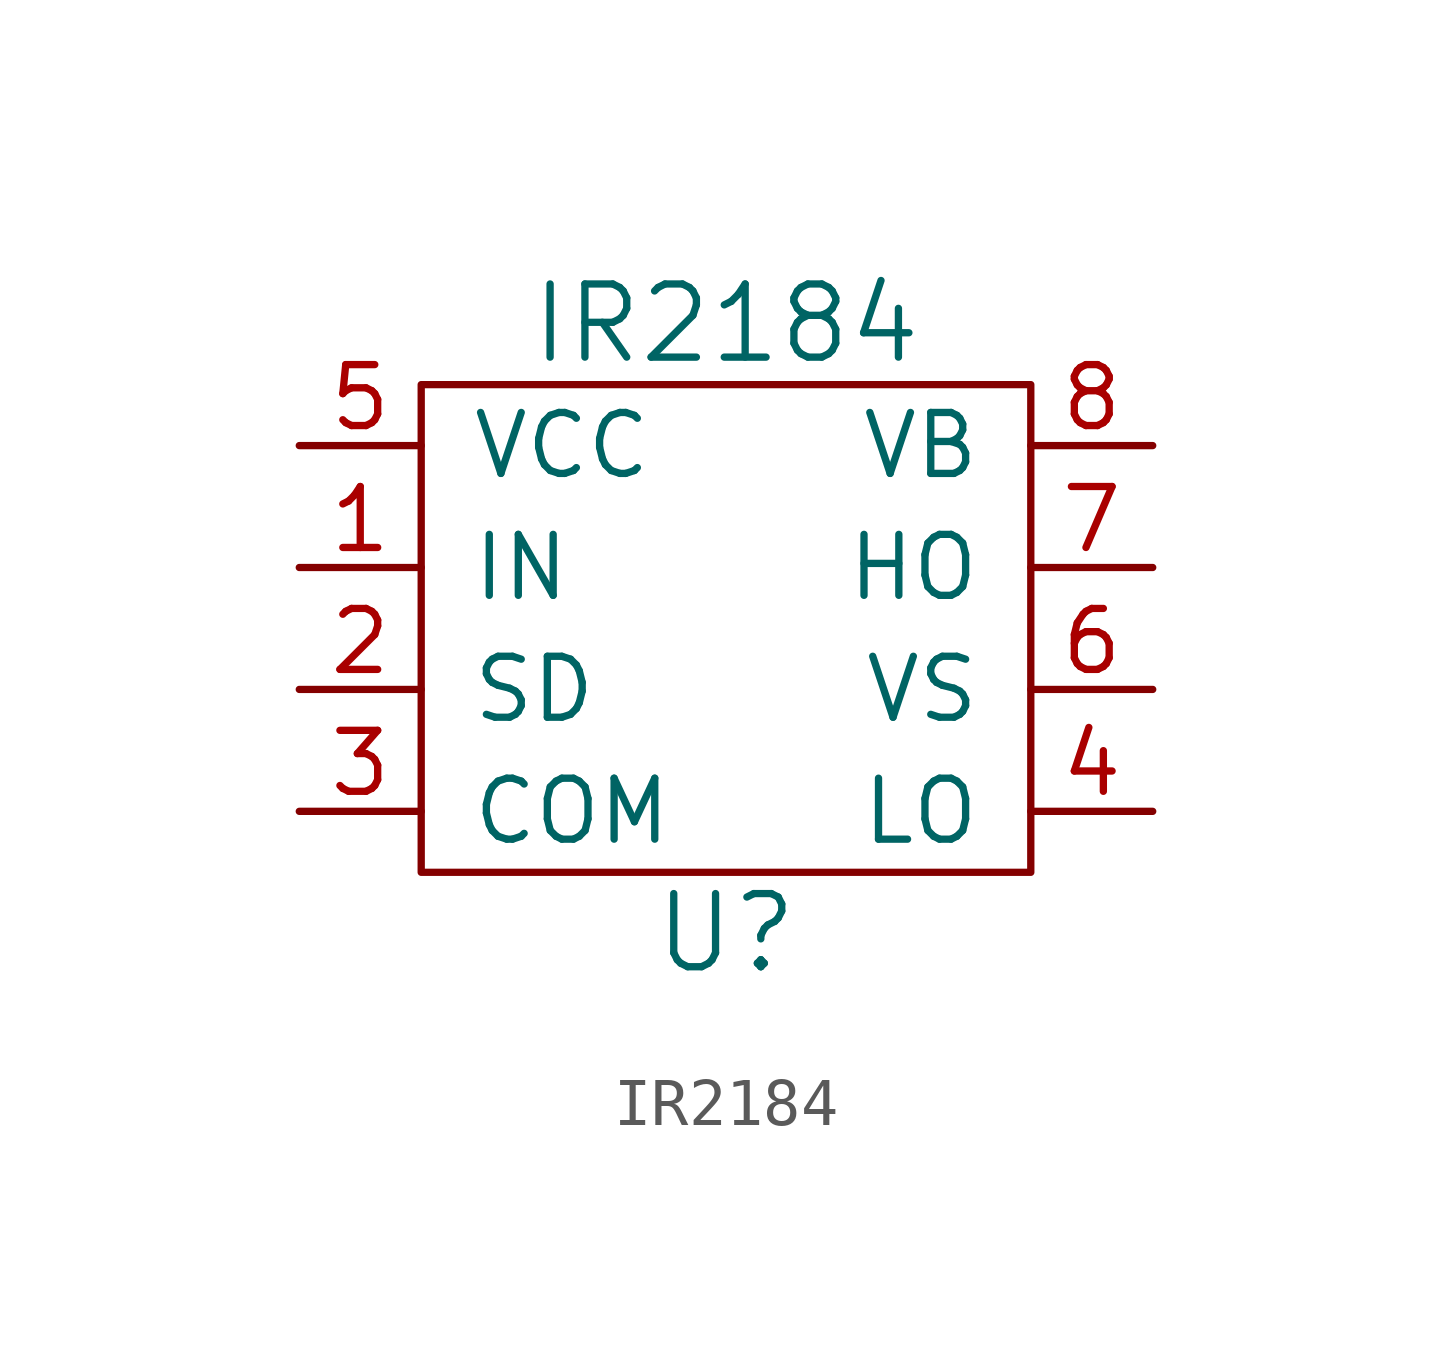
<source format=kicad_sym>
(kicad_symbol_lib
  (version 20211014)
  (generator kicad_symbol_editor)
  (symbol "IR2184"
    (pin_names
      (offset 1.016))
    (property "Reference" "U"
      (at 0 -6.35 0)
      (effects (font (size 1.524 1.524))))
    (property "Value" "IR2184"
      (at 0 6.35 0)
      (effects (font (size 1.524 1.524))))
    (symbol "IR2184_0_1"
      (rectangle (start -6.35 5.08) (end 6.35 -5.08) (stroke (width 0) (type default) (color 0 0 0 0)) (fill (type none))))
    (symbol "IR2184_1_1"
      (pin input line (at -8.89 1.27 0) (length 2.54) (name "IN" (effects (font (size 1.27 1.27)))) (number "1" (effects (font (size 1.27 1.27)))))
      (pin input line (at -8.89 -1.27 0) (length 2.54) (name "SD" (effects (font (size 1.27 1.27)))) (number "2" (effects (font (size 1.27 1.27)))))
      (pin power_in line (at -8.89 -3.81 0) (length 2.54) (name "COM" (effects (font (size 1.27 1.27)))) (number "3" (effects (font (size 1.27 1.27)))))
      (pin power_out line (at 8.89 -3.81 180) (length 2.54) (name "LO" (effects (font (size 1.27 1.27)))) (number "4" (effects (font (size 1.27 1.27)))))
      (pin power_in line (at -8.89 3.81 0) (length 2.54) (name "VCC" (effects (font (size 1.27 1.27)))) (number "5" (effects (font (size 1.27 1.27)))))
      (pin power_in line (at 8.89 -1.27 180) (length 2.54) (name "VS" (effects (font (size 1.27 1.27)))) (number "6" (effects (font (size 1.27 1.27)))))
      (pin power_out line (at 8.89 1.27 180) (length 2.54) (name "HO" (effects (font (size 1.27 1.27)))) (number "7" (effects (font (size 1.27 1.27)))))
      (pin power_in line (at 8.89 3.81 180) (length 2.54) (name "VB" (effects (font (size 1.27 1.27)))) (number "8" (effects (font (size 1.27 1.27))))))))
</source>
